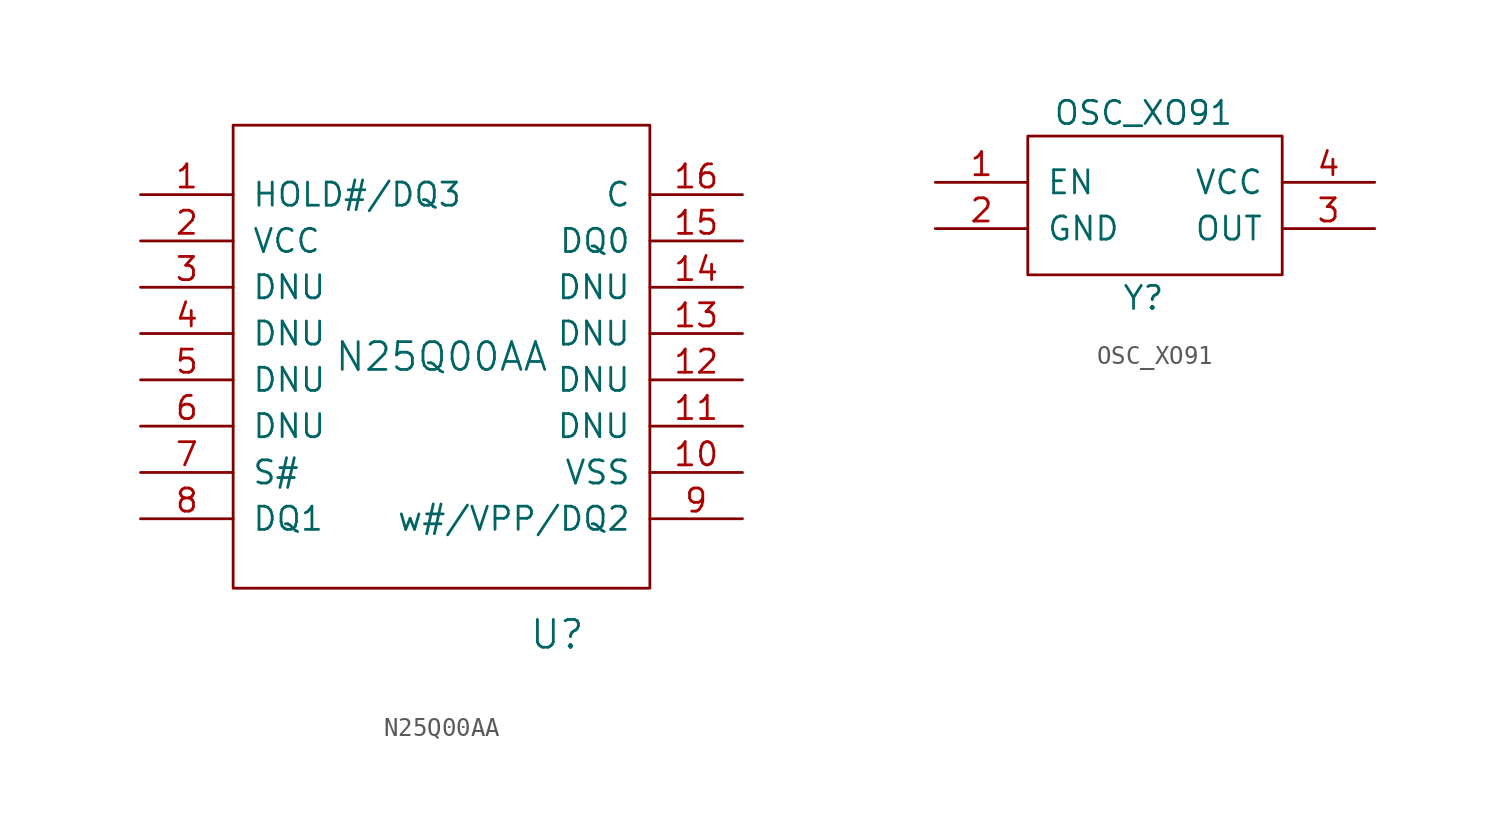
<source format=kicad_sym>
(kicad_symbol_lib
  (version 20231120)
  (generator "kicad_symbol_editor")
  (generator_version "8.0")
  (symbol "N25Q00AA"
    (pin_names
      (offset 1.016))
    (property "Reference" "U"
      (at 6.35 -15.24 0)
      (effects (font (size 1.524 1.524))))
    (property "Value" "N25Q00AA"
      (at 0 0 0)
      (effects (font (size 1.524 1.524))))
    (property "Footprint" ""
      (at 0 -3.81 0)
      (effects (font (size 1.524 1.524))))
    (property "Datasheet" ""
      (at 0 -3.81 0)
      (effects (font (size 1.524 1.524))))
    (symbol "N25Q00AA_0_1"
      (rectangle (start -11.43 12.7) (end 11.43 -12.7) (stroke (width 0) (type solid)) (fill (type none))))
    (symbol "N25Q00AA_1_1"
      (pin bidirectional line (at -16.51 8.89 0) (length 5.08) (name "HOLD#/DQ3" (effects (font (size 1.27 1.27)))) (number "1" (effects (font (size 1.27 1.27)))))
      (pin power_in line (at 16.51 -6.35 180) (length 5.08) (name "VSS" (effects (font (size 1.27 1.27)))) (number "10" (effects (font (size 1.27 1.27)))))
      (pin passive line (at 16.51 -3.81 180) (length 5.08) (name "DNU" (effects (font (size 1.27 1.27)))) (number "11" (effects (font (size 1.27 1.27)))))
      (pin passive line (at 16.51 -1.27 180) (length 5.08) (name "DNU" (effects (font (size 1.27 1.27)))) (number "12" (effects (font (size 1.27 1.27)))))
      (pin passive line (at 16.51 1.27 180) (length 5.08) (name "DNU" (effects (font (size 1.27 1.27)))) (number "13" (effects (font (size 1.27 1.27)))))
      (pin passive line (at 16.51 3.81 180) (length 5.08) (name "DNU" (effects (font (size 1.27 1.27)))) (number "14" (effects (font (size 1.27 1.27)))))
      (pin bidirectional line (at 16.51 6.35 180) (length 5.08) (name "DQ0" (effects (font (size 1.27 1.27)))) (number "15" (effects (font (size 1.27 1.27)))))
      (pin input line (at 16.51 8.89 180) (length 5.08) (name "C" (effects (font (size 1.27 1.27)))) (number "16" (effects (font (size 1.27 1.27)))))
      (pin power_in line (at -16.51 6.35 0) (length 5.08) (name "VCC" (effects (font (size 1.27 1.27)))) (number "2" (effects (font (size 1.27 1.27)))))
      (pin passive line (at -16.51 3.81 0) (length 5.08) (name "DNU" (effects (font (size 1.27 1.27)))) (number "3" (effects (font (size 1.27 1.27)))))
      (pin passive line (at -16.51 1.27 0) (length 5.08) (name "DNU" (effects (font (size 1.27 1.27)))) (number "4" (effects (font (size 1.27 1.27)))))
      (pin passive line (at -16.51 -1.27 0) (length 5.08) (name "DNU" (effects (font (size 1.27 1.27)))) (number "5" (effects (font (size 1.27 1.27)))))
      (pin passive line (at -16.51 -3.81 0) (length 5.08) (name "DNU" (effects (font (size 1.27 1.27)))) (number "6" (effects (font (size 1.27 1.27)))))
      (pin input line (at -16.51 -6.35 0) (length 5.08) (name "S#" (effects (font (size 1.27 1.27)))) (number "7" (effects (font (size 1.27 1.27)))))
      (pin bidirectional line (at -16.51 -8.89 0) (length 5.08) (name "DQ1" (effects (font (size 1.27 1.27)))) (number "8" (effects (font (size 1.27 1.27)))))
      (pin bidirectional line (at 16.51 -8.89 180) (length 5.08) (name "w#/VPP/DQ2" (effects (font (size 1.27 1.27)))) (number "9" (effects (font (size 1.27 1.27)))))))
  (symbol "OSC_XO91"
    (pin_names
      (offset 1.016))
    (property "Reference" "Y"
      (at 0 -5.08 0)
      (effects (font (size 1.27 1.27))))
    (property "Value" "OSC_XO91"
      (at 0 5.08 0)
      (effects (font (size 1.27 1.27))))
    (property "Footprint" ""
      (at 0 0 0)
      (effects (font (size 1.27 1.27))))
    (property "Datasheet" ""
      (at 0 0 0)
      (effects (font (size 1.27 1.27))))
    (symbol "OSC_XO91_0_1"
      (rectangle (start -6.35 3.81) (end 7.62 -3.81) (stroke (width 0) (type solid)) (fill (type none))))
    (symbol "OSC_XO91_1_1"
      (pin input line (at -11.43 1.27 0) (length 5.08) (name "EN" (effects (font (size 1.27 1.27)))) (number "1" (effects (font (size 1.27 1.27)))))
      (pin power_in line (at -11.43 -1.27 0) (length 5.08) (name "GND" (effects (font (size 1.27 1.27)))) (number "2" (effects (font (size 1.27 1.27)))))
      (pin input line (at 12.7 -1.27 180) (length 5.08) (name "OUT" (effects (font (size 1.27 1.27)))) (number "3" (effects (font (size 1.27 1.27)))))
      (pin power_in line (at 12.7 1.27 180) (length 5.08) (name "VCC" (effects (font (size 1.27 1.27)))) (number "4" (effects (font (size 1.27 1.27))))))))
</source>
